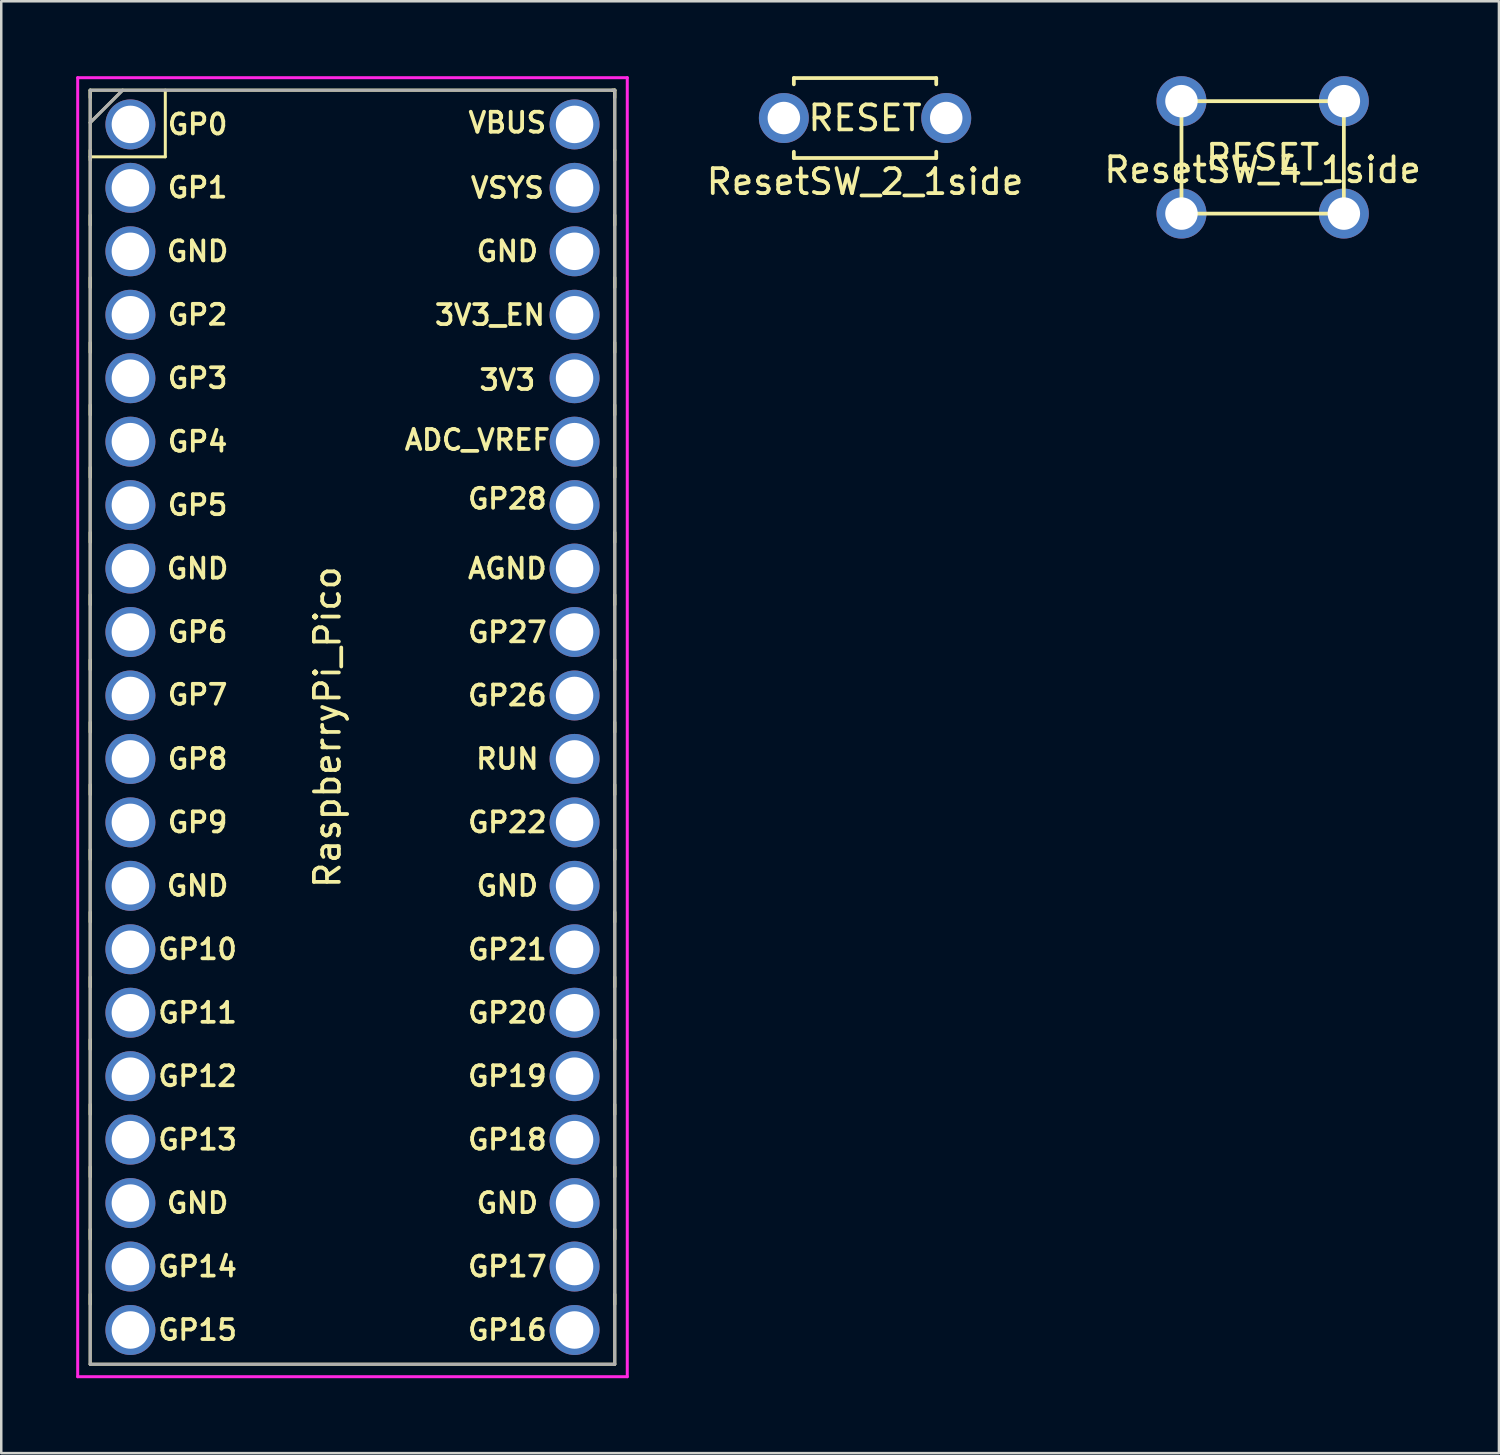
<source format=kicad_pcb>
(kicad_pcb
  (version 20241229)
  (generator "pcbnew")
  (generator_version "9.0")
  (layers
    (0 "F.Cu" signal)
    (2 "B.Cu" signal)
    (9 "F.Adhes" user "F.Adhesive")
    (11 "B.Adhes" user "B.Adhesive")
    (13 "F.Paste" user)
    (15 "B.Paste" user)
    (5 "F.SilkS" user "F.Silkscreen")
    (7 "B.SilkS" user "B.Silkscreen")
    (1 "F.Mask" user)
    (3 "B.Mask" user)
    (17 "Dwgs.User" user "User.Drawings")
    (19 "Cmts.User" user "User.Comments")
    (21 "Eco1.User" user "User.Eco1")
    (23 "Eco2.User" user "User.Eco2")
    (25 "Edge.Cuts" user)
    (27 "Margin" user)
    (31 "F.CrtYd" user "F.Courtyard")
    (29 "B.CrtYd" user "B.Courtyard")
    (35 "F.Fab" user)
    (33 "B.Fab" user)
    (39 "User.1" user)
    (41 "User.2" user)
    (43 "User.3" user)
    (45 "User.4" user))
  (footprint "RaspberryPi_Pico"
    (layer "F.Cu")
    (at 11.06 26.06)
    (property "Reference" "RaspberryPi_Pico" (at -1 0 90) (layer "F.SilkS") (effects (font (size 1 1) (thickness 0.15))))
    (attr through_hole)
    (fp_line (start -10.5 -25.5) (end -10.5 -25.2) (stroke (width 0.12) (type solid)) (layer "F.SilkS"))
    (fp_line (start -10.5 -25.5) (end -10.5 25.5) (stroke (width 0.12) (type solid)) (layer "F.SilkS"))
    (fp_line (start -10.5 -25.5) (end 10.5 -25.5) (stroke (width 0.12) (type solid)) (layer "F.SilkS"))
    (fp_line (start -10.5 -23.1) (end -10.5 -22.7) (stroke (width 0.12) (type solid)) (layer "F.SilkS"))
    (fp_line (start -10.5 -22.833) (end -7.493 -22.833) (stroke (width 0.12) (type solid)) (layer "F.SilkS"))
    (fp_line (start -10.5 -20.5) (end -10.5 -20.1) (stroke (width 0.12) (type solid)) (layer "F.SilkS"))
    (fp_line (start -10.5 -18) (end -10.5 -17.6) (stroke (width 0.12) (type solid)) (layer "F.SilkS"))
    (fp_line (start -10.5 -15.4) (end -10.5 -15) (stroke (width 0.12) (type solid)) (layer "F.SilkS"))
    (fp_line (start -10.5 -12.9) (end -10.5 -12.5) (stroke (width 0.12) (type solid)) (layer "F.SilkS"))
    (fp_line (start -10.5 -10.4) (end -10.5 -10) (stroke (width 0.12) (type solid)) (layer "F.SilkS"))
    (fp_line (start -10.5 -7.8) (end -10.5 -7.4) (stroke (width 0.12) (type solid)) (layer "F.SilkS"))
    (fp_line (start -10.5 -5.3) (end -10.5 -4.9) (stroke (width 0.12) (type solid)) (layer "F.SilkS"))
    (fp_line (start -10.5 -2.7) (end -10.5 -2.3) (stroke (width 0.12) (type solid)) (layer "F.SilkS"))
    (fp_line (start -10.5 -0.2) (end -10.5 0.2) (stroke (width 0.12) (type solid)) (layer "F.SilkS"))
    (fp_line (start -10.5 2.3) (end -10.5 2.7) (stroke (width 0.12) (type solid)) (layer "F.SilkS"))
    (fp_line (start -10.5 4.9) (end -10.5 5.3) (stroke (width 0.12) (type solid)) (layer "F.SilkS"))
    (fp_line (start -10.5 7.4) (end -10.5 7.8) (stroke (width 0.12) (type solid)) (layer "F.SilkS"))
    (fp_line (start -10.5 10) (end -10.5 10.4) (stroke (width 0.12) (type solid)) (layer "F.SilkS"))
    (fp_line (start -10.5 12.5) (end -10.5 12.9) (stroke (width 0.12) (type solid)) (layer "F.SilkS"))
    (fp_line (start -10.5 15.1) (end -10.5 15.5) (stroke (width 0.12) (type solid)) (layer "F.SilkS"))
    (fp_line (start -10.5 17.6) (end -10.5 18) (stroke (width 0.12) (type solid)) (layer "F.SilkS"))
    (fp_line (start -10.5 20.1) (end -10.5 20.5) (stroke (width 0.12) (type solid)) (layer "F.SilkS"))
    (fp_line (start -10.5 22.7) (end -10.5 23.1) (stroke (width 0.12) (type solid)) (layer "F.SilkS"))
    (fp_line (start -10.5 25.5) (end 10.5 25.5) (stroke (width 0.12) (type solid)) (layer "F.SilkS"))
    (fp_line (start -9.2 -25.5) (end -10.5 -24.2) (stroke (width 0.12) (type solid)) (layer "F.SilkS"))
    (fp_line (start -7.493 -22.833) (end -7.493 -25.5) (stroke (width 0.12) (type solid)) (layer "F.SilkS"))
    (fp_line (start 10.5 -25.5) (end 10.4 -25.5) (stroke (width 0.12) (type solid)) (layer "F.SilkS"))
    (fp_line (start 10.5 -25.5) (end 10.5 -25.2) (stroke (width 0.12) (type solid)) (layer "F.SilkS"))
    (fp_line (start 10.5 -23.1) (end 10.5 -22.7) (stroke (width 0.12) (type solid)) (layer "F.SilkS"))
    (fp_line (start 10.5 -20.5) (end 10.5 -20.1) (stroke (width 0.12) (type solid)) (layer "F.SilkS"))
    (fp_line (start 10.5 -18) (end 10.5 -17.6) (stroke (width 0.12) (type solid)) (layer "F.SilkS"))
    (fp_line (start 10.5 -15.4) (end 10.5 -15) (stroke (width 0.12) (type solid)) (layer "F.SilkS"))
    (fp_line (start 10.5 -12.9) (end 10.5 -12.5) (stroke (width 0.12) (type solid)) (layer "F.SilkS"))
    (fp_line (start 10.5 -10.4) (end 10.5 -10) (stroke (width 0.12) (type solid)) (layer "F.SilkS"))
    (fp_line (start 10.5 -7.8) (end 10.5 -7.4) (stroke (width 0.12) (type solid)) (layer "F.SilkS"))
    (fp_line (start 10.5 -5.3) (end 10.5 -4.9) (stroke (width 0.12) (type solid)) (layer "F.SilkS"))
    (fp_line (start 10.5 -2.7) (end 10.5 -2.3) (stroke (width 0.12) (type solid)) (layer "F.SilkS"))
    (fp_line (start 10.5 -0.2) (end 10.5 0.2) (stroke (width 0.12) (type solid)) (layer "F.SilkS"))
    (fp_line (start 10.5 2.3) (end 10.5 2.7) (stroke (width 0.12) (type solid)) (layer "F.SilkS"))
    (fp_line (start 10.5 4.9) (end 10.5 5.3) (stroke (width 0.12) (type solid)) (layer "F.SilkS"))
    (fp_line (start 10.5 7.4) (end 10.5 7.8) (stroke (width 0.12) (type solid)) (layer "F.SilkS"))
    (fp_line (start 10.5 10) (end 10.5 10.4) (stroke (width 0.12) (type solid)) (layer "F.SilkS"))
    (fp_line (start 10.5 12.5) (end 10.5 12.9) (stroke (width 0.12) (type solid)) (layer "F.SilkS"))
    (fp_line (start 10.5 15.1) (end 10.5 15.5) (stroke (width 0.12) (type solid)) (layer "F.SilkS"))
    (fp_line (start 10.5 17.6) (end 10.5 18) (stroke (width 0.12) (type solid)) (layer "F.SilkS"))
    (fp_line (start 10.5 20.1) (end 10.5 20.5) (stroke (width 0.12) (type solid)) (layer "F.SilkS"))
    (fp_line (start 10.5 22.7) (end 10.5 23.1) (stroke (width 0.12) (type solid)) (layer "F.SilkS"))
    (fp_line (start 10.5 25.5) (end 10.5 -25.5) (stroke (width 0.12) (type solid)) (layer "F.SilkS"))
    (fp_line (start -11 -26) (end 11 -26) (stroke (width 0.12) (type solid)) (layer "F.CrtYd"))
    (fp_line (start -11 26) (end -11 -26) (stroke (width 0.12) (type solid)) (layer "F.CrtYd"))
    (fp_line (start 11 -26) (end 11 26) (stroke (width 0.12) (type solid)) (layer "F.CrtYd"))
    (fp_line (start 11 26) (end -11 26) (stroke (width 0.12) (type solid)) (layer "F.CrtYd"))
    (fp_line (start -10.5 -25.5) (end 10.5 -25.5) (stroke (width 0.12) (type solid)) (layer "F.Fab"))
    (fp_line (start -10.5 -24.2) (end -9.2 -25.5) (stroke (width 0.12) (type solid)) (layer "F.Fab"))
    (fp_line (start -10.5 25.5) (end -10.5 -25.5) (stroke (width 0.12) (type solid)) (layer "F.Fab"))
    (fp_line (start 10.5 -25.5) (end 10.5 25.5) (stroke (width 0.12) (type solid)) (layer "F.Fab"))
    (fp_line (start 10.5 25.5) (end -10.5 25.5) (stroke (width 0.12) (type solid)) (layer "F.Fab"))
    (fp_text user "GND" (at -6.2 -19.05 0) (layer "F.SilkS") (effects (font (size 0.8 0.8) (thickness 0.15))))
    (fp_text user "GP1" (at -6.2 -21.6 0) (layer "F.SilkS") (effects (font (size 0.8 0.8) (thickness 0.15))))
    (fp_text user "GP8" (at -6.2 1.27 0) (layer "F.SilkS") (effects (font (size 0.8 0.8) (thickness 0.15))))
    (fp_text user "GP17" (at 6.2 21.59 0) (layer "F.SilkS") (effects (font (size 0.8 0.8) (thickness 0.15))))
    (fp_text user "GP26" (at 6.2 -1.27 0) (layer "F.SilkS") (effects (font (size 0.8 0.8) (thickness 0.15))))
    (fp_text user "GP9" (at -6.2 3.81 0) (layer "F.SilkS") (effects (font (size 0.8 0.8) (thickness 0.15))))
    (fp_text user "ADC_VREF" (at 5 -11.5 0) (layer "F.SilkS") (effects (font (size 0.8 0.8) (thickness 0.15))))
    (fp_text user "3V3" (at 6.2 -13.9 0) (layer "F.SilkS") (effects (font (size 0.8 0.8) (thickness 0.15))))
    (fp_text user "GND" (at -6.2 19.05 0) (layer "F.SilkS") (effects (font (size 0.8 0.8) (thickness 0.15))))
    (fp_text user "GP15" (at -6.2 24.13 0) (layer "F.SilkS") (effects (font (size 0.8 0.8) (thickness 0.15))))
    (fp_text user "3V3_EN" (at 5.5 -16.5 0) (layer "F.SilkS") (effects (font (size 0.8 0.8) (thickness 0.15))))
    (fp_text user "GP19" (at 6.2 13.97 0) (layer "F.SilkS") (effects (font (size 0.8 0.8) (thickness 0.15))))
    (fp_text user "AGND" (at 6.2 -6.35 0) (layer "F.SilkS") (effects (font (size 0.8 0.8) (thickness 0.15))))
    (fp_text user "GP11" (at -6.2 11.43 0) (layer "F.SilkS") (effects (font (size 0.8 0.8) (thickness 0.15))))
    (fp_text user "GP7" (at -6.2 -1.3 0) (layer "F.SilkS") (effects (font (size 0.8 0.8) (thickness 0.15))))
    (fp_text user "GND" (at -6.2 -6.35 0) (layer "F.SilkS") (effects (font (size 0.8 0.8) (thickness 0.15))))
    (fp_text user "GP2" (at -6.2 -16.51 0) (layer "F.SilkS") (effects (font (size 0.8 0.8) (thickness 0.15))))
    (fp_text user "GND" (at -6.2 6.35 0) (layer "F.SilkS") (effects (font (size 0.8 0.8) (thickness 0.15))))
    (fp_text user "GP12" (at -6.2 13.97 0) (layer "F.SilkS") (effects (font (size 0.8 0.8) (thickness 0.15))))
    (fp_text user "GND" (at 6.2 -19.05 0) (layer "F.SilkS") (effects (font (size 0.8 0.8) (thickness 0.15))))
    (fp_text user "GND" (at 6.2 19.05 0) (layer "F.SilkS") (effects (font (size 0.8 0.8) (thickness 0.15))))
    (fp_text user "GP27" (at 6.2 -3.8 0) (layer "F.SilkS") (effects (font (size 0.8 0.8) (thickness 0.15))))
    (fp_text user "GP13" (at -6.2 16.51 0) (layer "F.SilkS") (effects (font (size 0.8 0.8) (thickness 0.15))))
    (fp_text user "GND" (at 6.2 6.35 0) (layer "F.SilkS") (effects (font (size 0.8 0.8) (thickness 0.15))))
    (fp_text user "GP28" (at 6.2 -9.144 0) (layer "F.SilkS") (effects (font (size 0.8 0.8) (thickness 0.15))))
    (fp_text user "GP4" (at -6.2 -11.43 0) (layer "F.SilkS") (effects (font (size 0.8 0.8) (thickness 0.15))))
    (fp_text user "GP5" (at -6.2 -8.89 0) (layer "F.SilkS") (effects (font (size 0.8 0.8) (thickness 0.15))))
    (fp_text user "RUN" (at 6.2 1.27 0) (layer "F.SilkS") (effects (font (size 0.8 0.8) (thickness 0.15))))
    (fp_text user "GP10" (at -6.2 8.89 0) (layer "F.SilkS") (effects (font (size 0.8 0.8) (thickness 0.15))))
    (fp_text user "GP0" (at -6.2 -24.13 0) (layer "F.SilkS") (effects (font (size 0.8 0.8) (thickness 0.15))))
    (fp_text user "GP22" (at 6.2 3.81 0) (layer "F.SilkS") (effects (font (size 0.8 0.8) (thickness 0.15))))
    (fp_text user "GP16" (at 6.2 24.13 0) (layer "F.SilkS") (effects (font (size 0.8 0.8) (thickness 0.15))))
    (fp_text user "GP6" (at -6.2 -3.81 0) (layer "F.SilkS") (effects (font (size 0.8 0.8) (thickness 0.15))))
    (fp_text user "GP18" (at 6.2 16.51 0) (layer "F.SilkS") (effects (font (size 0.8 0.8) (thickness 0.15))))
    (fp_text user "GP14" (at -6.2 21.59 0) (layer "F.SilkS") (effects (font (size 0.8 0.8) (thickness 0.15))))
    (fp_text user "VBUS" (at 6.2 -24.2 0) (layer "F.SilkS") (effects (font (size 0.8 0.8) (thickness 0.15))))
    (fp_text user "GP20" (at 6.2 11.43 0) (layer "F.SilkS") (effects (font (size 0.8 0.8) (thickness 0.15))))
    (fp_text user "VSYS" (at 6.2 -21.59 0) (layer "F.SilkS") (effects (font (size 0.8 0.8) (thickness 0.15))))
    (fp_text user "GP21" (at 6.2 8.9 0) (layer "F.SilkS") (effects (font (size 0.8 0.8) (thickness 0.15))))
    (fp_text user "GP3" (at -6.2 -13.97 0) (layer "F.SilkS") (effects (font (size 0.8 0.8) (thickness 0.15))))
    (pad "1" thru_hole circle (at -8.89 -24.13) (size 2 2) (drill 1.5) (layers "*.Cu" "B.Mask"))
    (pad "2" thru_hole circle (at -8.89 -21.59) (size 2 2) (drill 1.5) (layers "*.Cu" "B.Mask"))
    (pad "3" thru_hole circle (at -8.89 -19.05) (size 2 2) (drill 1.5) (layers "*.Cu" "B.Mask"))
    (pad "4" thru_hole circle (at -8.89 -16.51) (size 2 2) (drill 1.5) (layers "*.Cu" "B.Mask"))
    (pad "5" thru_hole circle (at -8.89 -13.97) (size 2 2) (drill 1.5) (layers "*.Cu" "B.Mask"))
    (pad "6" thru_hole circle (at -8.89 -11.43) (size 2 2) (drill 1.5) (layers "*.Cu" "B.Mask"))
    (pad "7" thru_hole circle (at -8.89 -8.89) (size 2 2) (drill 1.5) (layers "*.Cu" "B.Mask"))
    (pad "8" thru_hole circle (at -8.89 -6.35) (size 2 2) (drill 1.5) (layers "*.Cu" "B.Mask"))
    (pad "9" thru_hole circle (at -8.89 -3.81) (size 2 2) (drill 1.5) (layers "*.Cu" "B.Mask"))
    (pad "10" thru_hole circle (at -8.89 -1.27) (size 2 2) (drill 1.5) (layers "*.Cu" "B.Mask"))
    (pad "11" thru_hole circle (at -8.89 1.27) (size 2 2) (drill 1.5) (layers "*.Cu" "B.Mask"))
    (pad "12" thru_hole circle (at -8.89 3.81) (size 2 2) (drill 1.5) (layers "*.Cu" "B.Mask"))
    (pad "13" thru_hole circle (at -8.89 6.35) (size 2 2) (drill 1.5) (layers "*.Cu" "B.Mask"))
    (pad "14" thru_hole circle (at -8.89 8.89) (size 2 2) (drill 1.5) (layers "*.Cu" "B.Mask"))
    (pad "15" thru_hole circle (at -8.89 11.43) (size 2 2) (drill 1.5) (layers "*.Cu" "B.Mask"))
    (pad "16" thru_hole circle (at -8.89 13.97) (size 2 2) (drill 1.5) (layers "*.Cu" "B.Mask"))
    (pad "17" thru_hole circle (at -8.89 16.51) (size 2 2) (drill 1.5) (layers "*.Cu" "B.Mask"))
    (pad "18" thru_hole circle (at -8.89 19.05) (size 2 2) (drill 1.5) (layers "*.Cu" "B.Mask"))
    (pad "19" thru_hole circle (at -8.89 21.59) (size 2 2) (drill 1.5) (layers "*.Cu" "B.Mask"))
    (pad "20" thru_hole circle (at -8.89 24.13) (size 2 2) (drill 1.5) (layers "*.Cu" "B.Mask"))
    (pad "21" thru_hole circle (at 8.89 24.13) (size 2 2) (drill 1.5) (layers "*.Cu" "B.Mask"))
    (pad "22" thru_hole circle (at 8.89 21.59) (size 2 2) (drill 1.5) (layers "*.Cu" "B.Mask"))
    (pad "23" thru_hole circle (at 8.89 19.05) (size 2 2) (drill 1.5) (layers "*.Cu" "B.Mask"))
    (pad "24" thru_hole circle (at 8.89 16.51) (size 2 2) (drill 1.5) (layers "*.Cu" "B.Mask"))
    (pad "25" thru_hole circle (at 8.89 13.97) (size 2 2) (drill 1.5) (layers "*.Cu" "B.Mask"))
    (pad "26" thru_hole circle (at 8.89 11.43) (size 2 2) (drill 1.5) (layers "*.Cu" "B.Mask"))
    (pad "27" thru_hole circle (at 8.89 8.89) (size 2 2) (drill 1.5) (layers "*.Cu" "B.Mask"))
    (pad "28" thru_hole circle (at 8.89 6.35) (size 2 2) (drill 1.5) (layers "*.Cu" "B.Mask"))
    (pad "29" thru_hole circle (at 8.89 3.81) (size 2 2) (drill 1.5) (layers "*.Cu" "B.Mask"))
    (pad "30" thru_hole circle (at 8.89 1.27) (size 2 2) (drill 1.5) (layers "*.Cu" "B.Mask"))
    (pad "31" thru_hole circle (at 8.89 -1.27) (size 2 2) (drill 1.5) (layers "*.Cu" "B.Mask"))
    (pad "32" thru_hole circle (at 8.89 -3.81) (size 2 2) (drill 1.5) (layers "*.Cu" "B.Mask"))
    (pad "33" thru_hole circle (at 8.89 -6.35) (size 2 2) (drill 1.5) (layers "*.Cu" "B.Mask"))
    (pad "34" thru_hole circle (at 8.89 -8.89) (size 2 2) (drill 1.5) (layers "*.Cu" "B.Mask"))
    (pad "35" thru_hole circle (at 8.89 -11.43) (size 2 2) (drill 1.5) (layers "*.Cu" "B.Mask"))
    (pad "36" thru_hole circle (at 8.89 -13.97) (size 2 2) (drill 1.5) (layers "*.Cu" "B.Mask"))
    (pad "37" thru_hole circle (at 8.89 -16.51) (size 2 2) (drill 1.5) (layers "*.Cu" "B.Mask"))
    (pad "38" thru_hole circle (at 8.89 -19.05) (size 2 2) (drill 1.5) (layers "*.Cu" "B.Mask"))
    (pad "39" thru_hole circle (at 8.89 -21.59) (size 2 2) (drill 1.5) (layers "*.Cu" "B.Mask"))
    (pad "40" thru_hole circle (at 8.89 -24.13) (size 2 2) (drill 1.5) (layers "*.Cu" "B.Mask")))
  (footprint "ResetSW_4_1side"
    (layer "F.Cu")
    (at 47.495 3.25)
    (property "Reference" "ResetSW_4_1side" (at 0 0.5 0) (layer "F.SilkS") (effects (font (size 1 1) (thickness 0.15))))
    (attr through_hole)
    (fp_line (start -3.25 -2.25) (end -3.25 2.25) (stroke (width 0.15) (type solid)) (layer "F.SilkS"))
    (fp_line (start -3.25 2.25) (end 3.25 2.25) (stroke (width 0.15) (type solid)) (layer "F.SilkS"))
    (fp_line (start 3.25 -2.25) (end -3.25 -2.25) (stroke (width 0.15) (type solid)) (layer "F.SilkS"))
    (fp_line (start 3.25 2.25) (end 3.25 -2.25) (stroke (width 0.15) (type solid)) (layer "F.SilkS"))
    (fp_text user "RESET" (at 0 0 0) (layer "F.SilkS") (effects (font (size 1 1) (thickness 0.15))))
    (pad "1" thru_hole circle (at -3.25 -2.25) (size 2 2) (drill 1.3) (layers "*.Cu" "B.Mask"))
    (pad "1" thru_hole circle (at 3.25 -2.25) (size 2 2) (drill 1.3) (layers "*.Cu" "B.Mask"))
    (pad "2" thru_hole circle (at -3.25 2.25) (size 2 2) (drill 1.3) (layers "*.Cu" "B.Mask"))
    (pad "2" thru_hole circle (at 3.25 2.25) (size 2 2) (drill 1.3) (layers "*.Cu" "B.Mask")))
  (footprint "ResetSW_2_1side"
    (layer "F.Cu")
    (at 31.578 1.675)
    (property "Reference" "ResetSW_2_1side" (at 0 2.55 0) (layer "F.SilkS") (effects (font (size 1 1) (thickness 0.15))))
    (attr through_hole)
    (fp_line (start -2.85 -1.6) (end -2.85 -1.35) (stroke (width 0.15) (type solid)) (layer "F.SilkS"))
    (fp_line (start -2.85 -1.6) (end 2.85 -1.6) (stroke (width 0.15) (type solid)) (layer "F.SilkS"))
    (fp_line (start -2.85 1.6) (end -2.85 1.35) (stroke (width 0.15) (type solid)) (layer "F.SilkS"))
    (fp_line (start -2.85 1.6) (end 2.85 1.6) (stroke (width 0.15) (type solid)) (layer "F.SilkS"))
    (fp_line (start 2.85 -1.6) (end 2.85 -1.35) (stroke (width 0.15) (type solid)) (layer "F.SilkS"))
    (fp_line (start 2.85 1.6) (end 2.85 1.35) (stroke (width 0.15) (type solid)) (layer "F.SilkS"))
    (fp_text user "RESET" (at 0 0 0) (layer "F.SilkS") (effects (font (size 1 1) (thickness 0.15))))
    (pad "1" thru_hole circle (at 3.25 0) (size 2 2) (drill 1.3) (layers "*.Cu" "B.Mask"))
    (pad "2" thru_hole circle (at -3.25 0) (size 2 2) (drill 1.3) (layers "*.Cu" "B.Mask")))
  (gr_rect
    (start -3 -3)
    (end 56.953 55.12)
    (stroke (width 0.1) (type default))
    (fill no)
    (layer "Edge.Cuts")))
</source>
